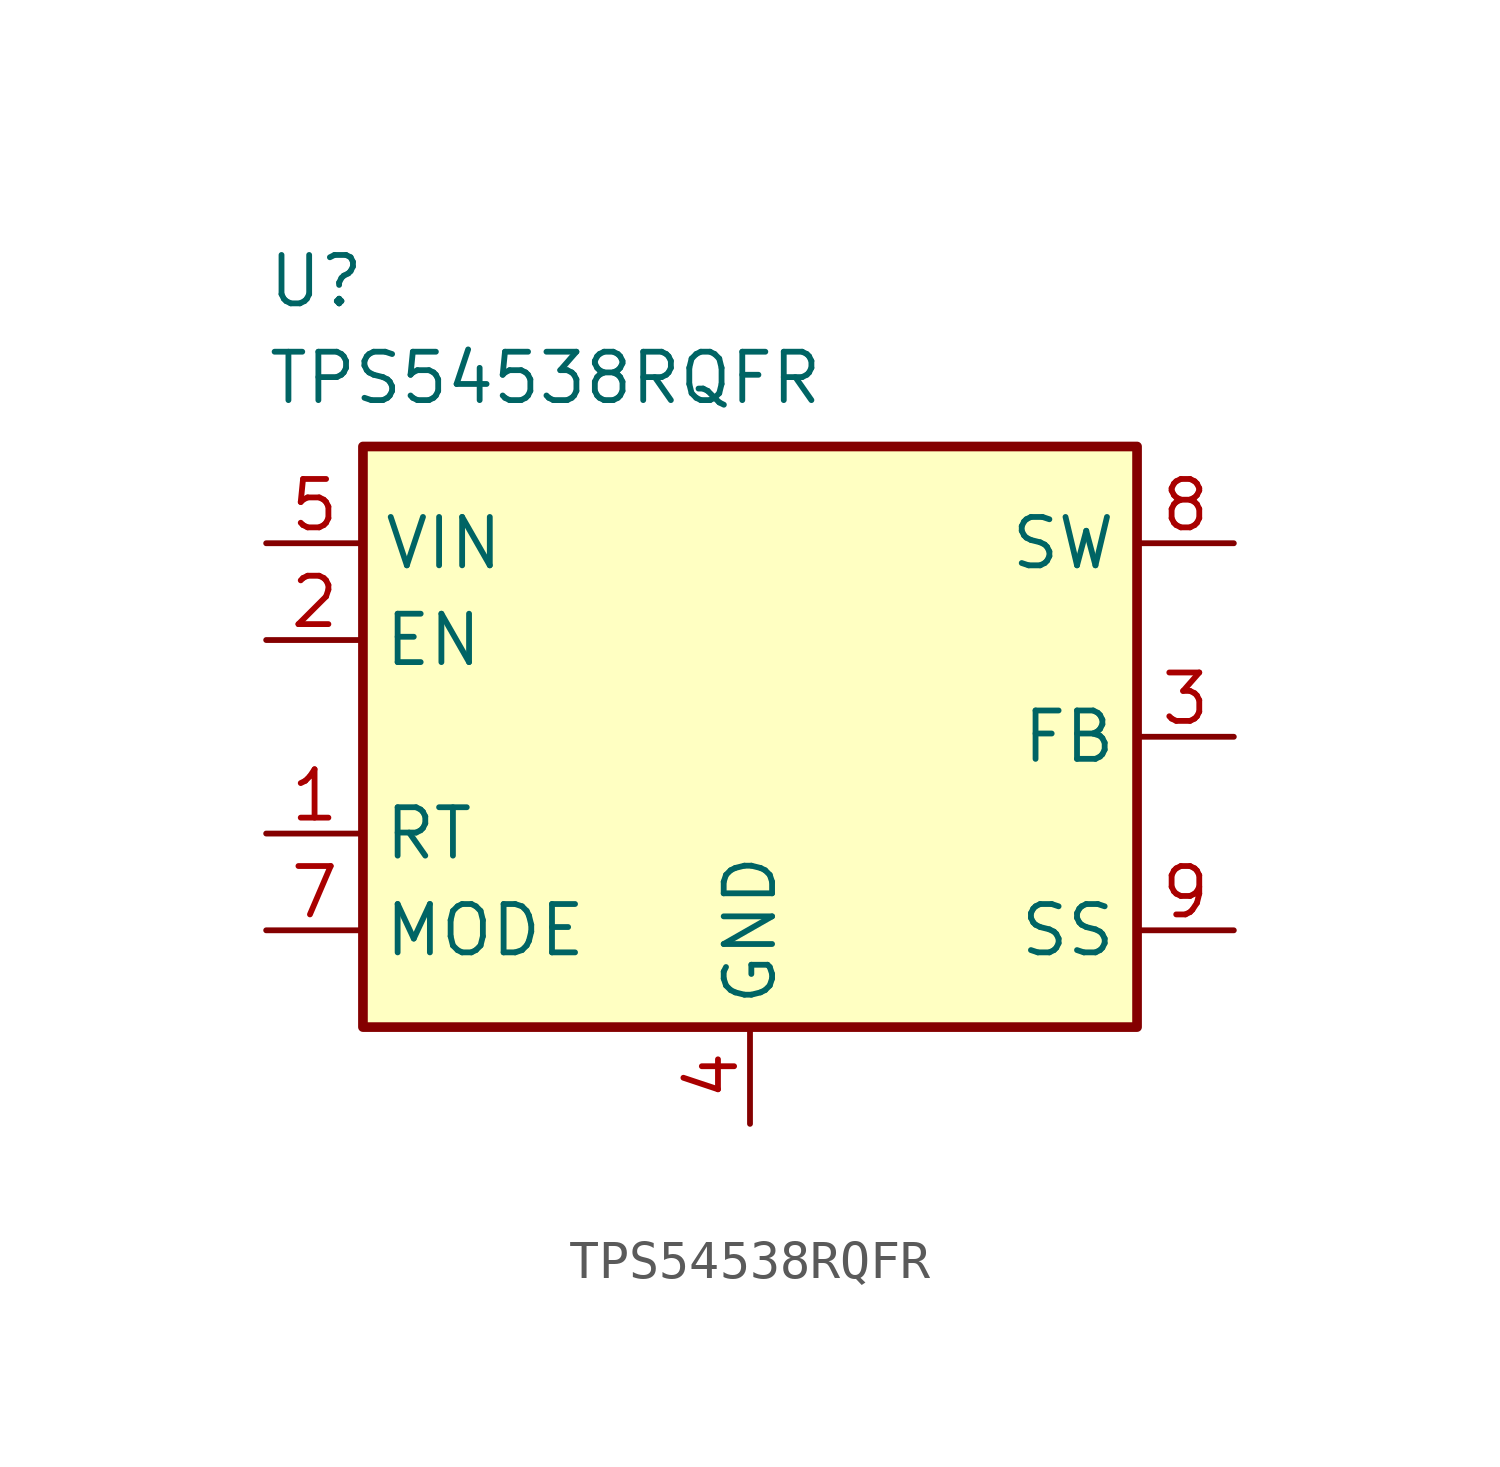
<source format=kicad_sym>
(kicad_symbol_lib
  (version 20241209)
  (generator "kicad_symbol_editor")
  (generator_version "9.0")
  (symbol "TPS54538RQFR"
    (property "Reference" "U"
      (at -12.7 12.7 0)
      (effects (font (size 1.27 1.27)) (justify left top)))
    (property "Value" "TPS54538RQFR"
      (at -12.7 10.16 0)
      (effects (font (size 1.27 1.27)) (justify left top)))
    (symbol "TPS54538RQFR_1_1"
      (rectangle (start -10.16 7.62) (end 10.16 -7.62) (stroke (width 0.254) (type default)) (fill (type background)))
      (pin power_in line (at -12.7 5.08 0) (length 2.54) (name "VIN" (effects (font (size 1.27 1.27)))) (number "5" (effects (font (size 1.27 1.27)))))
      (pin passive line (at -12.7 5.08 0) (length 2.54) (hide yes) (name "VIN" (effects (font (size 1.27 1.27)))) (number "6" (effects (font (size 1.27 1.27)))))
      (pin input line (at -12.7 2.54 0) (length 2.54) (name "EN" (effects (font (size 1.27 1.27)))) (number "2" (effects (font (size 1.27 1.27)))))
      (pin passive line (at -12.7 -2.54 0) (length 2.54) (name "RT" (effects (font (size 1.27 1.27)))) (number "1" (effects (font (size 1.27 1.27)))) (alternate "SYNC" input line))
      (pin passive line (at -12.7 -5.08 0) (length 2.54) (name "MODE" (effects (font (size 1.27 1.27)))) (number "7" (effects (font (size 1.27 1.27)))))
      (pin power_in line (at 0 -10.16 90) (length 2.54) (name "GND" (effects (font (size 1.27 1.27)))) (number "4" (effects (font (size 1.27 1.27)))))
      (pin power_out line (at 12.7 5.08 180) (length 2.54) (name "SW" (effects (font (size 1.27 1.27)))) (number "8" (effects (font (size 1.27 1.27)))))
      (pin input line (at 12.7 0 180) (length 2.54) (name "FB" (effects (font (size 1.27 1.27)))) (number "3" (effects (font (size 1.27 1.27)))))
      (pin passive line (at 12.7 -5.08 180) (length 2.54) (name "SS" (effects (font (size 1.27 1.27)))) (number "9" (effects (font (size 1.27 1.27)))) (alternate "PG" open_collector line)))))
</source>
